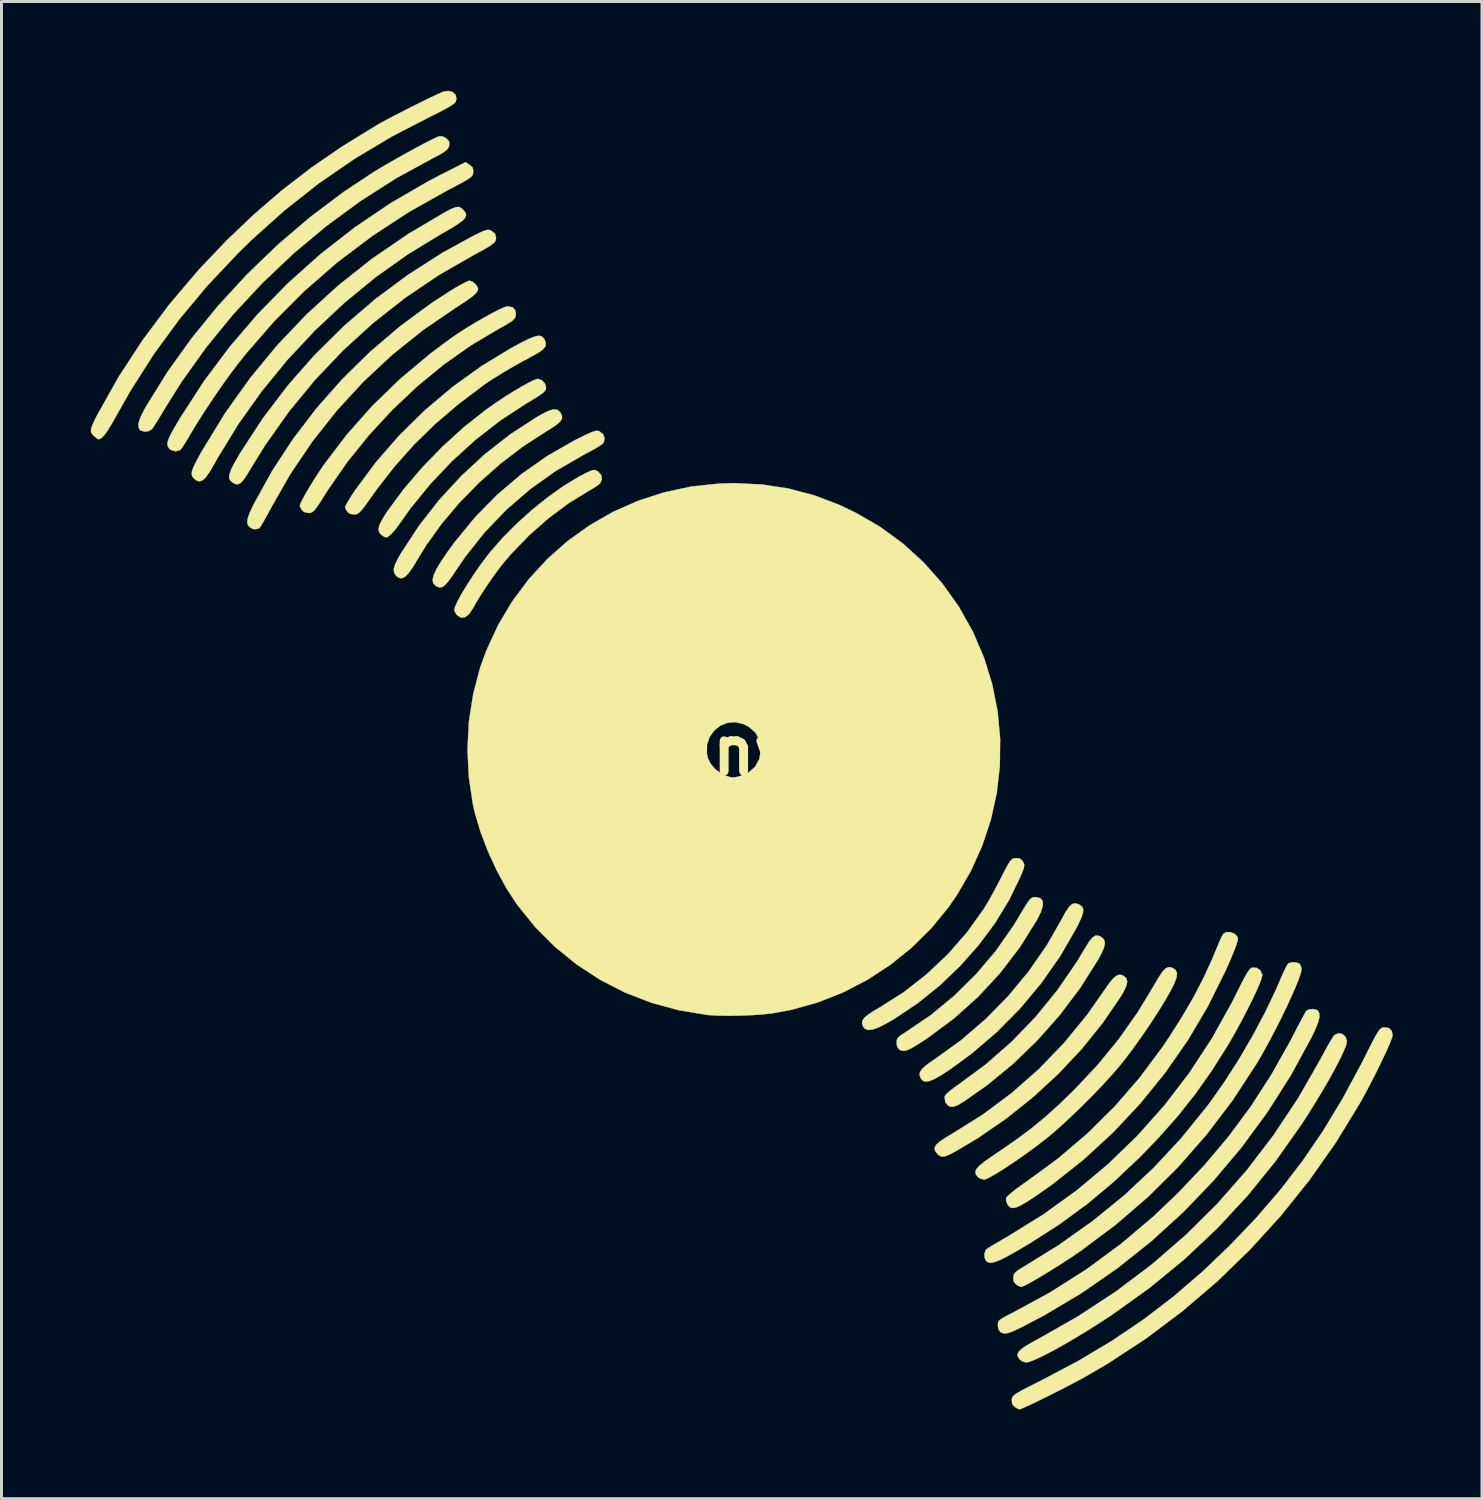
<source format=kicad_pcb>
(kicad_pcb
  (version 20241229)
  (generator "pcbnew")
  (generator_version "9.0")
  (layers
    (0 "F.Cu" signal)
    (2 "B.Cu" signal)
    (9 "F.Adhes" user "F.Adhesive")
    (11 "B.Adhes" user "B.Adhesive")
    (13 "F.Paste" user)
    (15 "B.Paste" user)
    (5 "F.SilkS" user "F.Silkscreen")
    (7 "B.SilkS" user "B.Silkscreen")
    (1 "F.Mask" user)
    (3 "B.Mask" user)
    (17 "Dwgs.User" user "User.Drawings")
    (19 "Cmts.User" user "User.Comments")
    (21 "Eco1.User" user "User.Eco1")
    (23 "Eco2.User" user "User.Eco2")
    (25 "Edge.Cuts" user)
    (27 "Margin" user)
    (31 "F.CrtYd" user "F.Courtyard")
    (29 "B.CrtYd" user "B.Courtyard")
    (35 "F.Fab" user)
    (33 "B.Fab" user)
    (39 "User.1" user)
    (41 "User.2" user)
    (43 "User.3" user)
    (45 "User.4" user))
  (footprint "vinyl"
    (layer "F.Cu")
    (at 21.66 22.184)
    (property "Reference" "vinyl" (at 0 0 0) (layer "F.SilkS") (effects (font (size 1.524 1.524) (thickness 0.3))))
    (attr through_hole)
    (fp_poly (pts (xy 12.321 6.271) (xy 12.409 6.355) (xy 12.439 6.467) (xy 12.41 6.619) (xy 12.321 6.826) (xy 12.21 7.031) (xy 11.607 7.983) (xy 10.921 8.893) (xy 10.162 9.749) (xy 9.341 10.542) (xy 8.469 11.258) (xy 7.706 11.792) (xy 7.507 11.912) (xy 7.365 11.973) (xy 7.258 11.979) (xy 7.166 11.936) (xy 7.151 11.925) (xy 7.075 11.831) (xy 7.053 11.69) (xy 7.055 11.622) (xy 7.099 11.557) (xy 7.213 11.452) (xy 7.382 11.322) (xy 7.518 11.227) (xy 8.442 10.545) (xy 9.311 9.782) (xy 10.116 8.946) (xy 10.85 8.044) (xy 11.506 7.086) (xy 11.755 6.67) (xy 11.898 6.438) (xy 12.016 6.292) (xy 12.121 6.223) (xy 12.225 6.223) (xy 12.321 6.271)) (stroke (width 0.01) (type solid)) (fill yes) (layer "F.SilkS"))
    (fp_poly (pts (xy 13.02 7.552) (xy 13.049 7.565) (xy 13.152 7.648) (xy 13.19 7.758) (xy 13.161 7.908) (xy 13.065 8.113) (xy 12.974 8.267) (xy 12.358 9.167) (xy 11.654 10.039) (xy 10.871 10.871) (xy 10.021 11.654) (xy 9.114 12.378) (xy 8.16 13.034) (xy 7.412 13.479) (xy 7.202 13.589) (xy 7.056 13.646) (xy 6.95 13.654) (xy 6.864 13.614) (xy 6.807 13.564) (xy 6.727 13.459) (xy 6.711 13.359) (xy 6.766 13.255) (xy 6.898 13.136) (xy 7.113 12.994) (xy 7.277 12.898) (xy 8.319 12.248) (xy 9.301 11.517) (xy 10.219 10.708) (xy 11.068 9.827) (xy 11.845 8.878) (xy 12.384 8.111) (xy 12.562 7.853) (xy 12.703 7.677) (xy 12.82 7.574) (xy 12.922 7.535) (xy 13.02 7.552)) (stroke (width 0.01) (type solid)) (fill yes) (layer "F.SilkS"))
    (fp_poly (pts (xy -5.979 -11.459) (xy -5.885 -11.385) (xy -5.864 -11.356) (xy -5.815 -11.255) (xy -5.815 -11.161) (xy -5.874 -11.064) (xy -6.001 -10.953) (xy -6.204 -10.816) (xy -6.384 -10.707) (xy -7.152 -10.206) (xy -7.898 -9.633) (xy -8.608 -9.003) (xy -9.267 -8.329) (xy -9.862 -7.625) (xy -10.377 -6.907) (xy -10.643 -6.475) (xy -10.823 -6.176) (xy -10.972 -5.966) (xy -11.097 -5.839) (xy -11.207 -5.789) (xy -11.308 -5.809) (xy -11.397 -5.884) (xy -11.458 -5.98) (xy -11.472 -6.093) (xy -11.434 -6.239) (xy -11.342 -6.436) (xy -11.219 -6.649) (xy -10.619 -7.563) (xy -9.943 -8.427) (xy -9.2 -9.234) (xy -8.4 -9.972) (xy -7.553 -10.633) (xy -6.669 -11.208) (xy -6.51 -11.299) (xy -6.277 -11.418) (xy -6.104 -11.471) (xy -5.979 -11.459)) (stroke (width 0.01) (type solid)) (fill yes) (layer "F.SilkS"))
    (fp_poly (pts (xy 11.548 5.164) (xy 11.574 5.177) (xy 11.665 5.244) (xy 11.708 5.331) (xy 11.702 5.454) (xy 11.644 5.627) (xy 11.532 5.866) (xy 11.482 5.965) (xy 10.936 6.911) (xy 10.302 7.816) (xy 9.587 8.672) (xy 8.8 9.468) (xy 7.948 10.197) (xy 7.243 10.713) (xy 6.941 10.91) (xy 6.705 11.044) (xy 6.527 11.117) (xy 6.395 11.132) (xy 6.302 11.092) (xy 6.246 11.019) (xy 6.207 10.911) (xy 6.22 10.809) (xy 6.294 10.701) (xy 6.436 10.573) (xy 6.658 10.415) (xy 6.743 10.359) (xy 7.611 9.732) (xy 8.428 9.028) (xy 9.185 8.258) (xy 9.871 7.431) (xy 10.478 6.558) (xy 10.979 5.683) (xy 11.118 5.426) (xy 11.234 5.255) (xy 11.337 5.161) (xy 11.437 5.134) (xy 11.548 5.164)) (stroke (width 0.01) (type solid)) (fill yes) (layer "F.SilkS"))
    (fp_poly (pts (xy 10.263 4.96) (xy 10.346 5.056) (xy 10.352 5.217) (xy 10.281 5.442) (xy 10.152 5.698) (xy 9.572 6.623) (xy 8.913 7.483) (xy 8.177 8.278) (xy 7.367 9.004) (xy 6.484 9.66) (xy 6.369 9.737) (xy 6.113 9.902) (xy 5.922 10.014) (xy 5.782 10.077) (xy 5.676 10.099) (xy 5.588 10.085) (xy 5.524 10.054) (xy 5.453 9.956) (xy 5.436 9.827) (xy 5.443 9.731) (xy 5.48 9.656) (xy 5.563 9.581) (xy 5.714 9.483) (xy 5.748 9.462) (xy 6.585 8.894) (xy 7.375 8.241) (xy 8.109 7.517) (xy 8.773 6.733) (xy 9.356 5.899) (xy 9.515 5.639) (xy 9.673 5.374) (xy 9.789 5.185) (xy 9.875 5.058) (xy 9.941 4.982) (xy 9.998 4.943) (xy 10.055 4.929) (xy 10.101 4.928) (xy 10.263 4.96)) (stroke (width 0.01) (type solid)) (fill yes) (layer "F.SilkS"))
    (fp_poly (pts (xy -4.583 -10.742) (xy -4.55 -10.729) (xy -4.431 -10.632) (xy -4.382 -10.498) (xy -4.411 -10.364) (xy -4.451 -10.312) (xy -4.532 -10.254) (xy -4.683 -10.162) (xy -4.882 -10.051) (xy -5.105 -9.932) (xy -6.022 -9.402) (xy -6.883 -8.79) (xy -7.68 -8.103) (xy -8.409 -7.345) (xy -9.062 -6.521) (xy -9.323 -6.141) (xy -9.506 -5.868) (xy -9.649 -5.674) (xy -9.761 -5.551) (xy -9.855 -5.49) (xy -9.941 -5.482) (xy -10.03 -5.52) (xy -10.08 -5.554) (xy -10.147 -5.634) (xy -10.165 -5.746) (xy -10.13 -5.897) (xy -10.039 -6.095) (xy -9.889 -6.346) (xy -9.677 -6.659) (xy -9.425 -7.005) (xy -8.743 -7.837) (xy -7.992 -8.603) (xy -7.177 -9.295) (xy -6.307 -9.906) (xy -5.39 -10.431) (xy -5.298 -10.478) (xy -5.043 -10.603) (xy -4.862 -10.686) (xy -4.736 -10.733) (xy -4.649 -10.75) (xy -4.583 -10.742)) (stroke (width 0.01) (type solid)) (fill yes) (layer "F.SilkS"))
    (fp_poly (pts (xy -6.495 -12.452) (xy -6.391 -12.343) (xy -6.35 -12.209) (xy -6.358 -12.149) (xy -6.389 -12.091) (xy -6.456 -12.025) (xy -6.573 -11.94) (xy -6.751 -11.827) (xy -7.003 -11.675) (xy -7.036 -11.656) (xy -7.89 -11.096) (xy -8.721 -10.45) (xy -9.511 -9.732) (xy -10.246 -8.957) (xy -10.91 -8.141) (xy -11.269 -7.636) (xy -11.422 -7.428) (xy -11.564 -7.271) (xy -11.681 -7.18) (xy -11.735 -7.163) (xy -11.793 -7.189) (xy -11.876 -7.242) (xy -11.959 -7.328) (xy -11.985 -7.439) (xy -11.951 -7.587) (xy -11.852 -7.784) (xy -11.688 -8.043) (xy -11.679 -8.055) (xy -11.134 -8.792) (xy -10.512 -9.52) (xy -9.834 -10.218) (xy -9.121 -10.866) (xy -8.393 -11.443) (xy -8.04 -11.692) (xy -7.737 -11.892) (xy -7.443 -12.076) (xy -7.173 -12.236) (xy -6.94 -12.365) (xy -6.759 -12.454) (xy -6.644 -12.495) (xy -6.627 -12.497) (xy -6.495 -12.452)) (stroke (width 0.01) (type solid)) (fill yes) (layer "F.SilkS"))
    (fp_poly (pts (xy -9.204 -18.24) (xy -9.144 -18.186) (xy -9.068 -18.096) (xy -9.038 -18.012) (xy -9.062 -17.925) (xy -9.145 -17.828) (xy -9.297 -17.712) (xy -9.525 -17.569) (xy -9.835 -17.39) (xy -9.881 -17.365) (xy -11.005 -16.679) (xy -12.093 -15.905) (xy -13.136 -15.049) (xy -14.125 -14.12) (xy -15.054 -13.127) (xy -15.913 -12.077) (xy -16.695 -10.978) (xy -17.392 -9.839) (xy -17.496 -9.652) (xy -17.658 -9.373) (xy -17.793 -9.184) (xy -17.91 -9.078) (xy -18.018 -9.049) (xy -18.124 -9.091) (xy -18.191 -9.148) (xy -18.244 -9.215) (xy -18.268 -9.29) (xy -18.257 -9.389) (xy -18.209 -9.525) (xy -18.117 -9.713) (xy -17.979 -9.967) (xy -17.899 -10.109) (xy -17.138 -11.349) (xy -16.301 -12.523) (xy -15.388 -13.629) (xy -14.4 -14.667) (xy -13.338 -15.636) (xy -12.204 -16.534) (xy -10.998 -17.361) (xy -9.745 -18.102) (xy -9.537 -18.211) (xy -9.392 -18.268) (xy -9.288 -18.277) (xy -9.204 -18.24)) (stroke (width 0.01) (type solid)) (fill yes) (layer "F.SilkS"))
    (fp_poly (pts (xy -8.21 -17.487) (xy -8.203 -17.484) (xy -8.071 -17.386) (xy -8.031 -17.249) (xy -8.045 -17.153) (xy -8.081 -17.091) (xy -8.167 -17.016) (xy -8.313 -16.92) (xy -8.533 -16.795) (xy -8.758 -16.674) (xy -9.951 -15.99) (xy -11.088 -15.221) (xy -12.166 -14.374) (xy -13.179 -13.451) (xy -14.123 -12.458) (xy -14.994 -11.398) (xy -15.788 -10.277) (xy -16.273 -9.492) (xy -16.425 -9.242) (xy -16.544 -9.074) (xy -16.641 -8.979) (xy -16.73 -8.947) (xy -16.823 -8.97) (xy -16.905 -9.02) (xy -16.977 -9.089) (xy -17.008 -9.178) (xy -16.994 -9.298) (xy -16.933 -9.462) (xy -16.82 -9.683) (xy -16.652 -9.972) (xy -16.627 -10.015) (xy -15.876 -11.166) (xy -15.043 -12.262) (xy -14.132 -13.299) (xy -13.15 -14.27) (xy -12.103 -15.17) (xy -10.996 -15.993) (xy -9.836 -16.735) (xy -8.852 -17.276) (xy -8.622 -17.391) (xy -8.463 -17.464) (xy -8.353 -17.5) (xy -8.275 -17.506) (xy -8.21 -17.487)) (stroke (width 0.01) (type solid)) (fill yes) (layer "F.SilkS"))
    (fp_poly (pts (xy -8.822 -15.761) (xy -8.714 -15.671) (xy -8.645 -15.566) (xy -8.636 -15.525) (xy -8.655 -15.451) (xy -8.72 -15.365) (xy -8.841 -15.258) (xy -9.028 -15.123) (xy -9.29 -14.951) (xy -9.396 -14.883) (xy -10.491 -14.134) (xy -11.523 -13.306) (xy -12.49 -12.404) (xy -13.385 -11.431) (xy -14.206 -10.394) (xy -14.949 -9.295) (xy -15.598 -8.159) (xy -15.726 -7.92) (xy -15.839 -7.718) (xy -15.929 -7.566) (xy -15.987 -7.48) (xy -16.002 -7.468) (xy -16.085 -7.451) (xy -16.113 -7.441) (xy -16.201 -7.449) (xy -16.294 -7.495) (xy -16.371 -7.572) (xy -16.4 -7.674) (xy -16.379 -7.815) (xy -16.307 -8.011) (xy -16.182 -8.277) (xy -15.563 -9.397) (xy -14.855 -10.478) (xy -14.064 -11.513) (xy -13.196 -12.494) (xy -12.258 -13.415) (xy -11.257 -14.267) (xy -10.2 -15.045) (xy -9.601 -15.434) (xy -9.379 -15.569) (xy -9.182 -15.681) (xy -9.029 -15.76) (xy -8.938 -15.797) (xy -8.928 -15.798) (xy -8.822 -15.761)) (stroke (width 0.01) (type solid)) (fill yes) (layer "F.SilkS"))
    (fp_poly (pts (xy 9.569 3.626) (xy 9.661 3.703) (xy 9.677 3.727) (xy 9.716 3.796) (xy 9.728 3.864) (xy 9.709 3.958) (xy 9.655 4.103) (xy 9.605 4.225) (xy 9.224 5.016) (xy 8.752 5.79) (xy 8.198 6.535) (xy 7.573 7.241) (xy 6.887 7.897) (xy 6.15 8.491) (xy 5.371 9.013) (xy 5.158 9.138) (xy 4.866 9.292) (xy 4.641 9.377) (xy 4.476 9.397) (xy 4.363 9.352) (xy 4.315 9.292) (xy 4.275 9.184) (xy 4.283 9.086) (xy 4.349 8.986) (xy 4.483 8.873) (xy 4.695 8.737) (xy 4.875 8.633) (xy 5.684 8.117) (xy 6.45 7.517) (xy 7.161 6.844) (xy 7.803 6.11) (xy 8.359 5.336) (xy 8.476 5.145) (xy 8.62 4.893) (xy 8.773 4.611) (xy 8.919 4.33) (xy 8.937 4.295) (xy 9.069 4.036) (xy 9.166 3.855) (xy 9.239 3.736) (xy 9.298 3.667) (xy 9.355 3.632) (xy 9.418 3.618) (xy 9.433 3.617) (xy 9.569 3.626)) (stroke (width 0.01) (type solid)) (fill yes) (layer "F.SilkS"))
    (fp_poly (pts (xy -6.49 -13.921) (xy -6.418 -13.846) (xy -6.396 -13.809) (xy -6.355 -13.693) (xy -6.372 -13.588) (xy -6.457 -13.484) (xy -6.619 -13.369) (xy -6.868 -13.232) (xy -6.87 -13.23) (xy -7.16 -13.075) (xy -7.48 -12.895) (xy -7.803 -12.704) (xy -8.101 -12.52) (xy -8.348 -12.359) (xy -8.433 -12.3) (xy -9.295 -11.648) (xy -10.071 -10.986) (xy -10.776 -10.3) (xy -11.425 -9.574) (xy -12.035 -8.793) (xy -12.268 -8.467) (xy -12.425 -8.245) (xy -12.541 -8.095) (xy -12.629 -8.003) (xy -12.703 -7.954) (xy -12.776 -7.935) (xy -12.78 -7.935) (xy -12.945 -7.96) (xy -13.02 -8.015) (xy -13.087 -8.116) (xy -13.107 -8.183) (xy -13.08 -8.252) (xy -13.006 -8.384) (xy -12.897 -8.56) (xy -12.78 -8.738) (xy -12.074 -9.691) (xy -11.285 -10.596) (xy -10.423 -11.443) (xy -9.497 -12.224) (xy -8.517 -12.929) (xy -7.494 -13.549) (xy -7.184 -13.715) (xy -6.92 -13.846) (xy -6.727 -13.923) (xy -6.588 -13.947) (xy -6.49 -13.921)) (stroke (width 0.01) (type solid)) (fill yes) (layer "F.SilkS"))
    (fp_poly (pts (xy -4.689 -9.428) (xy -4.616 -9.389) (xy -4.602 -9.38) (xy -4.495 -9.26) (xy -4.475 -9.112) (xy -4.534 -8.984) (xy -4.61 -8.92) (xy -4.745 -8.83) (xy -4.902 -8.739) (xy -5.584 -8.321) (xy -6.258 -7.819) (xy -6.907 -7.249) (xy -7.508 -6.63) (xy -7.77 -6.325) (xy -7.955 -6.087) (xy -8.162 -5.803) (xy -8.371 -5.498) (xy -8.565 -5.199) (xy -8.726 -4.933) (xy -8.817 -4.769) (xy -8.943 -4.581) (xy -9.08 -4.48) (xy -9.217 -4.469) (xy -9.342 -4.552) (xy -9.38 -4.602) (xy -9.424 -4.679) (xy -9.435 -4.748) (xy -9.408 -4.842) (xy -9.34 -4.99) (xy -9.325 -5.021) (xy -9.19 -5.271) (xy -9.007 -5.573) (xy -8.793 -5.901) (xy -8.564 -6.231) (xy -8.338 -6.535) (xy -8.24 -6.66) (xy -7.817 -7.146) (xy -7.338 -7.628) (xy -6.824 -8.091) (xy -6.292 -8.518) (xy -5.762 -8.895) (xy -5.252 -9.205) (xy -5.021 -9.325) (xy -4.861 -9.4) (xy -4.761 -9.433) (xy -4.689 -9.428)) (stroke (width 0.01) (type solid)) (fill yes) (layer "F.SilkS"))
    (fp_poly (pts (xy -7.478 -14.904) (xy -7.388 -14.807) (xy -7.366 -14.679) (xy -7.376 -14.595) (xy -7.415 -14.519) (xy -7.498 -14.441) (xy -7.639 -14.348) (xy -7.852 -14.227) (xy -7.95 -14.174) (xy -8.882 -13.62) (xy -9.794 -12.975) (xy -10.677 -12.25) (xy -11.519 -11.455) (xy -12.308 -10.601) (xy -13.035 -9.699) (xy -13.687 -8.758) (xy -13.791 -8.594) (xy -13.943 -8.352) (xy -14.056 -8.185) (xy -14.141 -8.078) (xy -14.21 -8.018) (xy -14.275 -7.991) (xy -14.308 -7.986) (xy -14.471 -8.011) (xy -14.544 -8.066) (xy -14.611 -8.169) (xy -14.63 -8.239) (xy -14.604 -8.316) (xy -14.531 -8.461) (xy -14.423 -8.656) (xy -14.289 -8.883) (xy -14.139 -9.126) (xy -13.984 -9.366) (xy -13.834 -9.588) (xy -13.825 -9.601) (xy -13.047 -10.625) (xy -12.192 -11.589) (xy -11.256 -12.496) (xy -10.236 -13.35) (xy -9.525 -13.879) (xy -9.293 -14.037) (xy -9.028 -14.206) (xy -8.748 -14.376) (xy -8.468 -14.538) (xy -8.204 -14.684) (xy -7.972 -14.805) (xy -7.788 -14.89) (xy -7.668 -14.932) (xy -7.645 -14.935) (xy -7.478 -14.904)) (stroke (width 0.01) (type solid)) (fill yes) (layer "F.SilkS"))
    (fp_poly (pts (xy 16.665 6.106) (xy 16.799 6.162) (xy 16.843 6.201) (xy 16.896 6.266) (xy 16.913 6.329) (xy 16.894 6.424) (xy 16.845 6.569) (xy 16.786 6.724) (xy 16.697 6.94) (xy 16.591 7.187) (xy 16.501 7.391) (xy 15.908 8.588) (xy 15.228 9.737) (xy 14.464 10.834) (xy 13.621 11.873) (xy 12.705 12.849) (xy 11.719 13.755) (xy 10.669 14.586) (xy 10.095 14.989) (xy 9.815 15.173) (xy 9.602 15.297) (xy 9.444 15.365) (xy 9.328 15.382) (xy 9.241 15.351) (xy 9.171 15.275) (xy 9.166 15.268) (xy 9.114 15.134) (xy 9.117 15.041) (xy 9.169 14.977) (xy 9.291 14.871) (xy 9.465 14.733) (xy 9.679 14.578) (xy 9.793 14.499) (xy 10.864 13.713) (xy 11.852 12.873) (xy 12.762 11.972) (xy 13.601 11.006) (xy 14.375 9.967) (xy 14.604 9.627) (xy 15.034 8.949) (xy 15.404 8.316) (xy 15.727 7.699) (xy 16.017 7.075) (xy 16.214 6.604) (xy 16.292 6.417) (xy 16.362 6.263) (xy 16.412 6.17) (xy 16.419 6.16) (xy 16.523 6.104) (xy 16.665 6.106)) (stroke (width 0.01) (type solid)) (fill yes) (layer "F.SilkS"))
    (fp_poly (pts (xy 19.569 8.726) (xy 19.599 8.748) (xy 19.648 8.838) (xy 19.65 8.971) (xy 19.601 9.157) (xy 19.499 9.406) (xy 19.384 9.645) (xy 18.683 10.931) (xy 17.896 12.166) (xy 17.03 13.345) (xy 16.088 14.464) (xy 15.075 15.517) (xy 13.996 16.5) (xy 12.854 17.409) (xy 11.656 18.239) (xy 10.404 18.985) (xy 9.692 19.36) (xy 9.442 19.482) (xy 9.262 19.559) (xy 9.133 19.595) (xy 9.035 19.596) (xy 8.951 19.567) (xy 8.928 19.554) (xy 8.857 19.456) (xy 8.839 19.327) (xy 8.844 19.246) (xy 8.868 19.183) (xy 8.929 19.124) (xy 9.042 19.054) (xy 9.226 18.958) (xy 9.293 18.925) (xy 10.584 18.224) (xy 11.805 17.45) (xy 12.964 16.599) (xy 14.068 15.666) (xy 14.886 14.887) (xy 15.79 13.933) (xy 16.606 12.964) (xy 17.348 11.961) (xy 18.029 10.906) (xy 18.663 9.78) (xy 18.782 9.55) (xy 18.913 9.298) (xy 19.031 9.074) (xy 19.127 8.897) (xy 19.192 8.783) (xy 19.213 8.75) (xy 19.31 8.699) (xy 19.447 8.691) (xy 19.569 8.726)) (stroke (width 0.01) (type solid)) (fill yes) (layer "F.SilkS"))
    (fp_poly (pts (xy -9.827 -20.648) (xy -9.704 -20.584) (xy -9.619 -20.488) (xy -9.601 -20.425) (xy -9.613 -20.32) (xy -9.656 -20.232) (xy -9.748 -20.146) (xy -9.902 -20.049) (xy -10.133 -19.927) (xy -10.159 -19.914) (xy -11.391 -19.241) (xy -12.588 -18.477) (xy -13.742 -17.63) (xy -14.846 -16.707) (xy -15.892 -15.715) (xy -16.872 -14.662) (xy -17.777 -13.556) (xy -18.601 -12.403) (xy -19.153 -11.524) (xy -19.292 -11.291) (xy -19.419 -11.084) (xy -19.521 -10.922) (xy -19.588 -10.823) (xy -19.6 -10.808) (xy -19.714 -10.738) (xy -19.859 -10.722) (xy -19.986 -10.764) (xy -20.005 -10.78) (xy -20.057 -10.876) (xy -20.052 -11.014) (xy -19.988 -11.204) (xy -19.862 -11.458) (xy -19.808 -11.555) (xy -19.084 -12.722) (xy -18.269 -13.86) (xy -17.373 -14.959) (xy -16.405 -16.01) (xy -15.373 -17.004) (xy -14.288 -17.931) (xy -13.158 -18.781) (xy -12.149 -19.45) (xy -11.917 -19.59) (xy -11.645 -19.749) (xy -11.348 -19.918) (xy -11.042 -20.089) (xy -10.744 -20.252) (xy -10.469 -20.399) (xy -10.233 -20.52) (xy -10.053 -20.608) (xy -9.945 -20.654) (xy -9.827 -20.648)) (stroke (width 0.01) (type solid)) (fill yes) (layer "F.SilkS"))
    (fp_poly (pts (xy -8.92 -19.692) (xy -8.82 -19.601) (xy -8.795 -19.484) (xy -8.798 -19.441) (xy -8.808 -19.381) (xy -8.833 -19.329) (xy -8.886 -19.274) (xy -8.98 -19.208) (xy -9.125 -19.122) (xy -9.335 -19.008) (xy -9.622 -18.858) (xy -9.655 -18.841) (xy -10.963 -18.106) (xy -12.2 -17.297) (xy -13.369 -16.414) (xy -14.468 -15.457) (xy -15.498 -14.426) (xy -16.458 -13.32) (xy -16.703 -13.012) (xy -16.964 -12.666) (xy -17.251 -12.265) (xy -17.548 -11.834) (xy -17.835 -11.401) (xy -18.095 -10.992) (xy -18.312 -10.632) (xy -18.333 -10.595) (xy -18.447 -10.401) (xy -18.549 -10.24) (xy -18.626 -10.132) (xy -18.656 -10.101) (xy -18.804 -10.06) (xy -18.956 -10.103) (xy -19.023 -10.158) (xy -19.068 -10.224) (xy -19.085 -10.301) (xy -19.068 -10.403) (xy -19.013 -10.543) (xy -18.915 -10.734) (xy -18.768 -10.989) (xy -18.66 -11.17) (xy -17.865 -12.4) (xy -16.989 -13.573) (xy -16.037 -14.683) (xy -15.015 -15.726) (xy -13.928 -16.697) (xy -12.779 -17.592) (xy -11.575 -18.406) (xy -10.319 -19.135) (xy -9.926 -19.341) (xy -9.057 -19.782) (xy -8.92 -19.692)) (stroke (width 0.01) (type solid)) (fill yes) (layer "F.SilkS"))
    (fp_poly (pts (xy 14.662 7.289) (xy 14.712 7.308) (xy 14.816 7.38) (xy 14.862 7.482) (xy 14.848 7.628) (xy 14.773 7.829) (xy 14.656 8.063) (xy 14.469 8.392) (xy 14.233 8.774) (xy 13.964 9.188) (xy 13.676 9.609) (xy 13.387 10.014) (xy 13.112 10.379) (xy 13.025 10.49) (xy 12.746 10.821) (xy 12.408 11.195) (xy 12.029 11.591) (xy 11.632 11.989) (xy 11.234 12.37) (xy 10.858 12.714) (xy 10.521 13) (xy 10.49 13.025) (xy 10.211 13.242) (xy 9.913 13.463) (xy 9.608 13.681) (xy 9.309 13.886) (xy 9.029 14.07) (xy 8.782 14.225) (xy 8.579 14.341) (xy 8.435 14.411) (xy 8.374 14.427) (xy 8.241 14.39) (xy 8.155 14.328) (xy 8.096 14.245) (xy 8.081 14.162) (xy 8.117 14.072) (xy 8.213 13.965) (xy 8.374 13.831) (xy 8.61 13.663) (xy 8.852 13.5) (xy 9.43 13.103) (xy 9.949 12.717) (xy 10.437 12.316) (xy 10.923 11.877) (xy 11.407 11.407) (xy 12.201 10.562) (xy 12.908 9.698) (xy 13.544 8.795) (xy 14.095 7.885) (xy 14.249 7.621) (xy 14.373 7.44) (xy 14.475 7.331) (xy 14.568 7.284) (xy 14.662 7.289)) (stroke (width 0.01) (type solid)) (fill yes) (layer "F.SilkS"))
    (fp_poly (pts (xy 20.43 9.532) (xy 20.531 9.627) (xy 20.574 9.777) (xy 20.574 9.784) (xy 20.547 9.908) (xy 20.468 10.106) (xy 20.345 10.367) (xy 20.183 10.681) (xy 19.987 11.037) (xy 19.763 11.424) (xy 19.517 11.832) (xy 19.256 12.25) (xy 19.063 12.548) (xy 18.187 13.79) (xy 17.237 14.963) (xy 16.212 16.067) (xy 15.115 17.101) (xy 13.944 18.063) (xy 12.702 18.954) (xy 12.675 18.973) (xy 12.243 19.255) (xy 11.816 19.524) (xy 11.402 19.775) (xy 11.012 20.001) (xy 10.656 20.198) (xy 10.344 20.359) (xy 10.087 20.479) (xy 9.895 20.553) (xy 9.788 20.574) (xy 9.662 20.537) (xy 9.578 20.474) (xy 9.512 20.38) (xy 9.5 20.292) (xy 9.549 20.199) (xy 9.667 20.094) (xy 9.862 19.968) (xy 10.141 19.813) (xy 10.193 19.786) (xy 11.544 19.016) (xy 12.823 18.176) (xy 14.028 17.266) (xy 15.159 16.286) (xy 16.217 15.237) (xy 17.2 14.119) (xy 18.107 12.932) (xy 18.94 11.678) (xy 19.698 10.355) (xy 19.744 10.267) (xy 19.871 10.031) (xy 19.988 9.825) (xy 20.083 9.667) (xy 20.147 9.575) (xy 20.159 9.563) (xy 20.296 9.506) (xy 20.43 9.532)) (stroke (width 0.01) (type solid)) (fill yes) (layer "F.SilkS"))
    (fp_poly (pts (xy 17.534 7.304) (xy 17.659 7.385) (xy 17.725 7.517) (xy 17.729 7.559) (xy 17.705 7.665) (xy 17.637 7.846) (xy 17.532 8.086) (xy 17.397 8.373) (xy 17.238 8.691) (xy 17.064 9.028) (xy 16.88 9.369) (xy 16.694 9.699) (xy 16.558 9.93) (xy 16.029 10.766) (xy 15.48 11.544) (xy 14.891 12.287) (xy 14.242 13.02) (xy 13.617 13.667) (xy 12.739 14.496) (xy 11.845 15.244) (xy 10.911 15.928) (xy 9.912 16.569) (xy 9.906 16.572) (xy 9.527 16.797) (xy 9.222 16.97) (xy 8.983 17.095) (xy 8.799 17.175) (xy 8.661 17.216) (xy 8.558 17.22) (xy 8.481 17.191) (xy 8.443 17.16) (xy 8.391 17.05) (xy 8.389 16.909) (xy 8.433 16.789) (xy 8.454 16.767) (xy 8.523 16.721) (xy 8.662 16.636) (xy 8.853 16.523) (xy 9.078 16.392) (xy 9.153 16.349) (xy 10.356 15.605) (xy 11.488 14.789) (xy 12.548 13.902) (xy 13.534 12.946) (xy 14.445 11.923) (xy 15.279 10.833) (xy 16.036 9.679) (xy 16.713 8.46) (xy 16.87 8.147) (xy 17.025 7.834) (xy 17.147 7.603) (xy 17.241 7.445) (xy 17.313 7.348) (xy 17.37 7.303) (xy 17.384 7.298) (xy 17.534 7.304)) (stroke (width 0.01) (type solid)) (fill yes) (layer "F.SilkS"))
    (fp_poly (pts (xy -9.493 -22.141) (xy -9.394 -22.049) (xy -9.361 -21.919) (xy -9.397 -21.796) (xy -9.463 -21.736) (xy -9.608 -21.644) (xy -9.818 -21.527) (xy -10.078 -21.393) (xy -10.197 -21.336) (xy -11.53 -20.648) (xy -12.789 -19.896) (xy -13.985 -19.074) (xy -15.13 -18.172) (xy -16.236 -17.182) (xy -16.69 -16.739) (xy -17.729 -15.639) (xy -18.677 -14.504) (xy -19.54 -13.326) (xy -20.323 -12.096) (xy -20.754 -11.338) (xy -20.936 -11.012) (xy -21.084 -10.771) (xy -21.202 -10.605) (xy -21.299 -10.507) (xy -21.38 -10.467) (xy -21.4 -10.465) (xy -21.462 -10.498) (xy -21.554 -10.577) (xy -21.564 -10.587) (xy -21.627 -10.66) (xy -21.655 -10.736) (xy -21.645 -10.834) (xy -21.593 -10.974) (xy -21.496 -11.175) (xy -21.443 -11.278) (xy -20.73 -12.549) (xy -19.922 -13.789) (xy -19.022 -14.993) (xy -18.034 -16.159) (xy -17.096 -17.145) (xy -16.162 -18.035) (xy -15.215 -18.849) (xy -14.234 -19.604) (xy -13.196 -20.316) (xy -12.081 -21.001) (xy -11.943 -21.082) (xy -11.77 -21.177) (xy -11.536 -21.302) (xy -11.259 -21.445) (xy -10.96 -21.597) (xy -10.657 -21.748) (xy -10.37 -21.89) (xy -10.118 -22.011) (xy -9.921 -22.102) (xy -9.815 -22.148) (xy -9.64 -22.179) (xy -9.493 -22.141)) (stroke (width 0.01) (type solid)) (fill yes) (layer "F.SilkS"))
    (fp_poly (pts (xy 18.873 7.123) (xy 18.983 7.167) (xy 18.989 7.173) (xy 19.038 7.27) (xy 19.05 7.354) (xy 19.026 7.478) (xy 18.959 7.678) (xy 18.854 7.941) (xy 18.717 8.253) (xy 18.556 8.602) (xy 18.376 8.975) (xy 18.183 9.358) (xy 17.983 9.739) (xy 17.784 10.104) (xy 17.59 10.442) (xy 17.524 10.551) (xy 16.728 11.766) (xy 15.854 12.916) (xy 14.905 13.999) (xy 13.882 15.013) (xy 12.787 15.954) (xy 11.623 16.823) (xy 11.303 17.04) (xy 11.007 17.234) (xy 10.708 17.424) (xy 10.42 17.602) (xy 10.156 17.759) (xy 9.93 17.888) (xy 9.755 17.981) (xy 9.646 18.029) (xy 9.623 18.034) (xy 9.548 18.007) (xy 9.457 17.953) (xy 9.371 17.856) (xy 9.357 17.717) (xy 9.357 17.712) (xy 9.381 17.612) (xy 9.443 17.53) (xy 9.566 17.441) (xy 9.652 17.39) (xy 10.882 16.629) (xy 12.027 15.817) (xy 13.093 14.95) (xy 14.084 14.022) (xy 15.008 13.029) (xy 15.87 11.965) (xy 15.988 11.808) (xy 16.47 11.122) (xy 16.946 10.377) (xy 17.4 9.6) (xy 17.816 8.82) (xy 18.178 8.064) (xy 18.336 7.698) (xy 18.428 7.487) (xy 18.511 7.311) (xy 18.577 7.192) (xy 18.608 7.153) (xy 18.729 7.117) (xy 18.873 7.123)) (stroke (width 0.01) (type solid)) (fill yes) (layer "F.SilkS"))
    (fp_poly (pts (xy 21.984 9.33) (xy 22.083 9.431) (xy 22.111 9.571) (xy 22.088 9.664) (xy 22.023 9.832) (xy 21.923 10.06) (xy 21.796 10.335) (xy 21.648 10.643) (xy 21.485 10.968) (xy 21.315 11.297) (xy 21.145 11.615) (xy 21.008 11.862) (xy 20.203 13.179) (xy 19.315 14.442) (xy 18.349 15.647) (xy 17.309 16.788) (xy 16.201 17.862) (xy 15.029 18.862) (xy 13.799 19.784) (xy 12.515 20.623) (xy 11.811 21.034) (xy 11.586 21.158) (xy 11.321 21.298) (xy 11.032 21.448) (xy 10.733 21.6) (xy 10.44 21.747) (xy 10.165 21.881) (xy 9.926 21.996) (xy 9.736 22.083) (xy 9.609 22.136) (xy 9.566 22.149) (xy 9.496 22.122) (xy 9.406 22.068) (xy 9.32 21.971) (xy 9.306 21.832) (xy 9.306 21.826) (xy 9.315 21.773) (xy 9.337 21.724) (xy 9.385 21.673) (xy 9.469 21.613) (xy 9.6 21.536) (xy 9.79 21.435) (xy 10.05 21.303) (xy 10.338 21.158) (xy 11.547 20.518) (xy 12.674 19.846) (xy 13.734 19.13) (xy 14.744 18.357) (xy 15.722 17.516) (xy 16.639 16.64) (xy 17.532 15.703) (xy 18.345 14.758) (xy 19.092 13.786) (xy 19.784 12.771) (xy 20.435 11.693) (xy 21.058 10.535) (xy 21.158 10.338) (xy 21.323 10.008) (xy 21.451 9.759) (xy 21.549 9.577) (xy 21.623 9.454) (xy 21.682 9.376) (xy 21.732 9.333) (xy 21.78 9.313) (xy 21.823 9.307) (xy 21.984 9.33)) (stroke (width 0.01) (type solid)) (fill yes) (layer "F.SilkS"))
    (fp_poly (pts (xy 0.904 -8.945) (xy 1.798 -8.81) (xy 2.666 -8.58) (xy 3.522 -8.254) (xy 4.064 -7.995) (xy 4.891 -7.514) (xy 5.654 -6.955) (xy 6.348 -6.322) (xy 6.971 -5.62) (xy 7.518 -4.852) (xy 7.986 -4.022) (xy 8.003 -3.988) (xy 8.376 -3.117) (xy 8.652 -2.223) (xy 8.832 -1.315) (xy 8.916 -0.398) (xy 8.906 0.519) (xy 8.802 1.43) (xy 8.604 2.327) (xy 8.313 3.205) (xy 7.929 4.055) (xy 7.454 4.871) (xy 7.184 5.262) (xy 6.601 5.975) (xy 5.946 6.624) (xy 5.227 7.203) (xy 4.453 7.708) (xy 3.634 8.133) (xy 2.779 8.471) (xy 1.897 8.718) (xy 1.245 8.837) (xy 0.932 8.872) (xy 0.562 8.897) (xy 0.164 8.912) (xy -0.231 8.918) (xy -0.592 8.911) (xy -0.889 8.894) (xy -0.94 8.888) (xy -1.894 8.73) (xy -2.815 8.478) (xy -3.697 8.137) (xy -4.533 7.708) (xy -5.319 7.196) (xy -6.049 6.603) (xy -6.717 5.934) (xy -7.317 5.19) (xy -7.342 5.156) (xy -7.688 4.623) (xy -8.014 4.023) (xy -8.307 3.385) (xy -8.554 2.739) (xy -8.741 2.114) (xy -8.807 1.829) (xy -8.948 0.896) (xy -8.987 0.083) (xy -0.949 0.083) (xy -0.92 0.231) (xy -0.816 0.449) (xy -0.64 0.647) (xy -0.419 0.799) (xy -0.324 0.84) (xy -0.174 0.89) (xy -0.068 0.907) (xy 0.042 0.893) (xy 0.178 0.858) (xy 0.465 0.733) (xy 0.681 0.539) (xy 0.819 0.285) (xy 0.871 -0.019) (xy 0.871 -0.053) (xy 0.825 -0.352) (xy 0.691 -0.6) (xy 0.471 -0.794) (xy 0.293 -0.887) (xy 0.015 -0.955) (xy -0.252 -0.933) (xy -0.494 -0.835) (xy -0.698 -0.672) (xy -0.851 -0.457) (xy -0.939 -0.201) (xy -0.949 0.083) (xy -8.987 0.083) (xy -8.993 -0.043) (xy -8.945 -0.977) (xy -8.802 -1.895) (xy -8.568 -2.787) (xy -8.365 -3.348) (xy -7.965 -4.214) (xy -7.485 -5.02) (xy -6.931 -5.763) (xy -6.309 -6.439) (xy -5.625 -7.045) (xy -4.884 -7.575) (xy -4.093 -8.028) (xy -3.255 -8.398) (xy -2.378 -8.682) (xy -1.468 -8.876) (xy -0.529 -8.976) (xy -0.025 -8.99) (xy 0.904 -8.945)) (stroke (width 0.01) (type solid)) (fill yes) (layer "F.SilkS")))
  (gr_rect
    (start -3 -3)
    (end 46.776 47.338)
    (stroke (width 0.1) (type default))
    (fill no)
    (layer "Edge.Cuts")))
</source>
